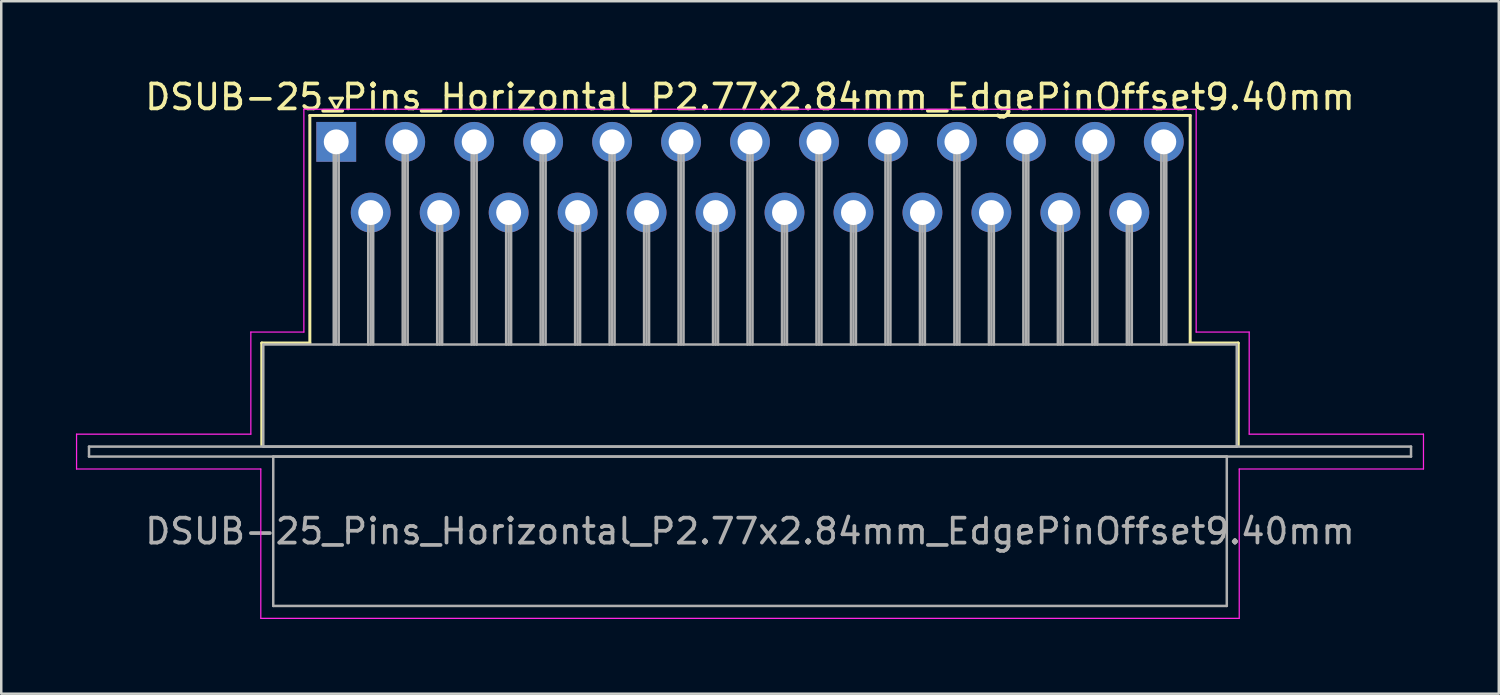
<source format=kicad_pcb>
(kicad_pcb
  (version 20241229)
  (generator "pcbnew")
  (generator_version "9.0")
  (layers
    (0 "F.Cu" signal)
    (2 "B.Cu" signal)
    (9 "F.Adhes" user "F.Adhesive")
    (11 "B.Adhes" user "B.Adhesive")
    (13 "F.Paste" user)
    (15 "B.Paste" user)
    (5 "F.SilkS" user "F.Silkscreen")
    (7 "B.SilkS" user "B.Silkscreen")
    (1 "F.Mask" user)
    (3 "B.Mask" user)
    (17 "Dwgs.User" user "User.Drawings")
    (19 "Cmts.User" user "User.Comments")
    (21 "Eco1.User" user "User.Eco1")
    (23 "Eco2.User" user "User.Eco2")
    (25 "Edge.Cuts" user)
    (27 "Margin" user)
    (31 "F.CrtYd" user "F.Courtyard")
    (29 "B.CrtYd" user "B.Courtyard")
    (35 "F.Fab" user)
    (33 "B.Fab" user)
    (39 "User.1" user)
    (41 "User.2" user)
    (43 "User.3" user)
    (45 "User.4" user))
  (footprint "DSUB-25_Pins_Horizontal_P2.77x2.84mm_EdgePinOffset9.40mm"
    (layer "F.Cu")
    (at 10.455 2.648)
    (property "Reference" "DSUB-25_Pins_Horizontal_P2.77x2.84mm_EdgePinOffset9.40mm" (at 16.62 -1.8 0) (layer "F.SilkS") (effects (font (size 1 1) (thickness 0.15))))
    (attr through_hole)
    (fp_line (start -2.99 8.08) (end -1.06 8.08) (stroke (width 0.12) (type solid)) (layer "F.SilkS"))
    (fp_line (start -2.99 12.18) (end -2.99 8.08) (stroke (width 0.12) (type solid)) (layer "F.SilkS"))
    (fp_line (start -1.06 -1.06) (end 34.3 -1.06) (stroke (width 0.12) (type solid)) (layer "F.SilkS"))
    (fp_line (start -1.06 8.08) (end -1.06 -1.06) (stroke (width 0.12) (type solid)) (layer "F.SilkS"))
    (fp_line (start -0.25 -1.754) (end 0.25 -1.754) (stroke (width 0.12) (type solid)) (layer "F.SilkS"))
    (fp_line (start 0 -1.321) (end -0.25 -1.754) (stroke (width 0.12) (type solid)) (layer "F.SilkS"))
    (fp_line (start 0.25 -1.754) (end 0 -1.321) (stroke (width 0.12) (type solid)) (layer "F.SilkS"))
    (fp_line (start 34.3 -1.06) (end 34.3 8.08) (stroke (width 0.12) (type solid)) (layer "F.SilkS"))
    (fp_line (start 34.3 8.08) (end 36.23 8.08) (stroke (width 0.12) (type solid)) (layer "F.SilkS"))
    (fp_line (start 36.23 8.08) (end 36.23 12.18) (stroke (width 0.12) (type solid)) (layer "F.SilkS"))
    (fp_line (start -10.43 11.74) (end -3.43 11.74) (stroke (width 0.05) (type solid)) (layer "F.CrtYd"))
    (fp_line (start -10.43 13.14) (end -10.43 11.74) (stroke (width 0.05) (type solid)) (layer "F.CrtYd"))
    (fp_line (start -3.43 7.64) (end -1.3 7.64) (stroke (width 0.05) (type solid)) (layer "F.CrtYd"))
    (fp_line (start -3.43 11.74) (end -3.43 7.64) (stroke (width 0.05) (type solid)) (layer "F.CrtYd"))
    (fp_line (start -3.03 13.14) (end -10.43 13.14) (stroke (width 0.05) (type solid)) (layer "F.CrtYd"))
    (fp_line (start -3.03 19.14) (end -3.03 13.14) (stroke (width 0.05) (type solid)) (layer "F.CrtYd"))
    (fp_line (start -1.3 -1.31) (end 34.54 -1.31) (stroke (width 0.05) (type solid)) (layer "F.CrtYd"))
    (fp_line (start -1.3 7.64) (end -1.3 -1.31) (stroke (width 0.05) (type solid)) (layer "F.CrtYd"))
    (fp_line (start 34.54 -1.31) (end 34.54 7.64) (stroke (width 0.05) (type solid)) (layer "F.CrtYd"))
    (fp_line (start 34.54 7.64) (end 36.67 7.64) (stroke (width 0.05) (type solid)) (layer "F.CrtYd"))
    (fp_line (start 36.27 13.14) (end 36.27 19.14) (stroke (width 0.05) (type solid)) (layer "F.CrtYd"))
    (fp_line (start 36.27 19.14) (end -3.03 19.14) (stroke (width 0.05) (type solid)) (layer "F.CrtYd"))
    (fp_line (start 36.67 7.64) (end 36.67 11.74) (stroke (width 0.05) (type solid)) (layer "F.CrtYd"))
    (fp_line (start 36.67 11.74) (end 43.67 11.74) (stroke (width 0.05) (type solid)) (layer "F.CrtYd"))
    (fp_line (start 43.67 11.74) (end 43.67 13.14) (stroke (width 0.05) (type solid)) (layer "F.CrtYd"))
    (fp_line (start 43.67 13.14) (end 36.27 13.14) (stroke (width 0.05) (type solid)) (layer "F.CrtYd"))
    (fp_line (start -9.93 12.24) (end -9.93 12.64) (stroke (width 0.1) (type solid)) (layer "F.Fab"))
    (fp_line (start -9.93 12.64) (end 43.17 12.64) (stroke (width 0.1) (type solid)) (layer "F.Fab"))
    (fp_line (start -2.93 8.14) (end -2.93 12.24) (stroke (width 0.1) (type solid)) (layer "F.Fab"))
    (fp_line (start -2.93 12.24) (end 36.17 12.24) (stroke (width 0.1) (type solid)) (layer "F.Fab"))
    (fp_line (start -2.53 12.64) (end -2.53 18.64) (stroke (width 0.1) (type solid)) (layer "F.Fab"))
    (fp_line (start -2.53 18.64) (end 35.77 18.64) (stroke (width 0.1) (type solid)) (layer "F.Fab"))
    (fp_line (start -0.1 0) (end -0.1 8.14) (stroke (width 0.1) (type solid)) (layer "F.Fab"))
    (fp_line (start 0 0) (end 0 8.14) (stroke (width 0.1) (type solid)) (layer "F.Fab"))
    (fp_line (start 0.1 0) (end 0.1 8.14) (stroke (width 0.1) (type solid)) (layer "F.Fab"))
    (fp_line (start 1.285 2.84) (end 1.285 8.14) (stroke (width 0.1) (type solid)) (layer "F.Fab"))
    (fp_line (start 1.385 2.84) (end 1.385 8.14) (stroke (width 0.1) (type solid)) (layer "F.Fab"))
    (fp_line (start 1.485 2.84) (end 1.485 8.14) (stroke (width 0.1) (type solid)) (layer "F.Fab"))
    (fp_line (start 2.67 0) (end 2.67 8.14) (stroke (width 0.1) (type solid)) (layer "F.Fab"))
    (fp_line (start 2.77 0) (end 2.77 8.14) (stroke (width 0.1) (type solid)) (layer "F.Fab"))
    (fp_line (start 2.87 0) (end 2.87 8.14) (stroke (width 0.1) (type solid)) (layer "F.Fab"))
    (fp_line (start 4.055 2.84) (end 4.055 8.14) (stroke (width 0.1) (type solid)) (layer "F.Fab"))
    (fp_line (start 4.155 2.84) (end 4.155 8.14) (stroke (width 0.1) (type solid)) (layer "F.Fab"))
    (fp_line (start 4.255 2.84) (end 4.255 8.14) (stroke (width 0.1) (type solid)) (layer "F.Fab"))
    (fp_line (start 5.44 0) (end 5.44 8.14) (stroke (width 0.1) (type solid)) (layer "F.Fab"))
    (fp_line (start 5.54 0) (end 5.54 8.14) (stroke (width 0.1) (type solid)) (layer "F.Fab"))
    (fp_line (start 5.64 0) (end 5.64 8.14) (stroke (width 0.1) (type solid)) (layer "F.Fab"))
    (fp_line (start 6.825 2.84) (end 6.825 8.14) (stroke (width 0.1) (type solid)) (layer "F.Fab"))
    (fp_line (start 6.925 2.84) (end 6.925 8.14) (stroke (width 0.1) (type solid)) (layer "F.Fab"))
    (fp_line (start 7.025 2.84) (end 7.025 8.14) (stroke (width 0.1) (type solid)) (layer "F.Fab"))
    (fp_line (start 8.21 0) (end 8.21 8.14) (stroke (width 0.1) (type solid)) (layer "F.Fab"))
    (fp_line (start 8.31 0) (end 8.31 8.14) (stroke (width 0.1) (type solid)) (layer "F.Fab"))
    (fp_line (start 8.41 0) (end 8.41 8.14) (stroke (width 0.1) (type solid)) (layer "F.Fab"))
    (fp_line (start 9.595 2.84) (end 9.595 8.14) (stroke (width 0.1) (type solid)) (layer "F.Fab"))
    (fp_line (start 9.695 2.84) (end 9.695 8.14) (stroke (width 0.1) (type solid)) (layer "F.Fab"))
    (fp_line (start 9.795 2.84) (end 9.795 8.14) (stroke (width 0.1) (type solid)) (layer "F.Fab"))
    (fp_line (start 10.98 0) (end 10.98 8.14) (stroke (width 0.1) (type solid)) (layer "F.Fab"))
    (fp_line (start 11.08 0) (end 11.08 8.14) (stroke (width 0.1) (type solid)) (layer "F.Fab"))
    (fp_line (start 11.18 0) (end 11.18 8.14) (stroke (width 0.1) (type solid)) (layer "F.Fab"))
    (fp_line (start 12.365 2.84) (end 12.365 8.14) (stroke (width 0.1) (type solid)) (layer "F.Fab"))
    (fp_line (start 12.465 2.84) (end 12.465 8.14) (stroke (width 0.1) (type solid)) (layer "F.Fab"))
    (fp_line (start 12.565 2.84) (end 12.565 8.14) (stroke (width 0.1) (type solid)) (layer "F.Fab"))
    (fp_line (start 13.75 0) (end 13.75 8.14) (stroke (width 0.1) (type solid)) (layer "F.Fab"))
    (fp_line (start 13.85 0) (end 13.85 8.14) (stroke (width 0.1) (type solid)) (layer "F.Fab"))
    (fp_line (start 13.95 0) (end 13.95 8.14) (stroke (width 0.1) (type solid)) (layer "F.Fab"))
    (fp_line (start 15.135 2.84) (end 15.135 8.14) (stroke (width 0.1) (type solid)) (layer "F.Fab"))
    (fp_line (start 15.235 2.84) (end 15.235 8.14) (stroke (width 0.1) (type solid)) (layer "F.Fab"))
    (fp_line (start 15.335 2.84) (end 15.335 8.14) (stroke (width 0.1) (type solid)) (layer "F.Fab"))
    (fp_line (start 16.52 0) (end 16.52 8.14) (stroke (width 0.1) (type solid)) (layer "F.Fab"))
    (fp_line (start 16.62 0) (end 16.62 8.14) (stroke (width 0.1) (type solid)) (layer "F.Fab"))
    (fp_line (start 16.72 0) (end 16.72 8.14) (stroke (width 0.1) (type solid)) (layer "F.Fab"))
    (fp_line (start 17.905 2.84) (end 17.905 8.14) (stroke (width 0.1) (type solid)) (layer "F.Fab"))
    (fp_line (start 18.005 2.84) (end 18.005 8.14) (stroke (width 0.1) (type solid)) (layer "F.Fab"))
    (fp_line (start 18.105 2.84) (end 18.105 8.14) (stroke (width 0.1) (type solid)) (layer "F.Fab"))
    (fp_line (start 19.29 0) (end 19.29 8.14) (stroke (width 0.1) (type solid)) (layer "F.Fab"))
    (fp_line (start 19.39 0) (end 19.39 8.14) (stroke (width 0.1) (type solid)) (layer "F.Fab"))
    (fp_line (start 19.49 0) (end 19.49 8.14) (stroke (width 0.1) (type solid)) (layer "F.Fab"))
    (fp_line (start 20.675 2.84) (end 20.675 8.14) (stroke (width 0.1) (type solid)) (layer "F.Fab"))
    (fp_line (start 20.775 2.84) (end 20.775 8.14) (stroke (width 0.1) (type solid)) (layer "F.Fab"))
    (fp_line (start 20.875 2.84) (end 20.875 8.14) (stroke (width 0.1) (type solid)) (layer "F.Fab"))
    (fp_line (start 22.06 0) (end 22.06 8.14) (stroke (width 0.1) (type solid)) (layer "F.Fab"))
    (fp_line (start 22.16 0) (end 22.16 8.14) (stroke (width 0.1) (type solid)) (layer "F.Fab"))
    (fp_line (start 22.26 0) (end 22.26 8.14) (stroke (width 0.1) (type solid)) (layer "F.Fab"))
    (fp_line (start 23.445 2.84) (end 23.445 8.14) (stroke (width 0.1) (type solid)) (layer "F.Fab"))
    (fp_line (start 23.545 2.84) (end 23.545 8.14) (stroke (width 0.1) (type solid)) (layer "F.Fab"))
    (fp_line (start 23.645 2.84) (end 23.645 8.14) (stroke (width 0.1) (type solid)) (layer "F.Fab"))
    (fp_line (start 24.83 0) (end 24.83 8.14) (stroke (width 0.1) (type solid)) (layer "F.Fab"))
    (fp_line (start 24.93 0) (end 24.93 8.14) (stroke (width 0.1) (type solid)) (layer "F.Fab"))
    (fp_line (start 25.03 0) (end 25.03 8.14) (stroke (width 0.1) (type solid)) (layer "F.Fab"))
    (fp_line (start 26.215 2.84) (end 26.215 8.14) (stroke (width 0.1) (type solid)) (layer "F.Fab"))
    (fp_line (start 26.315 2.84) (end 26.315 8.14) (stroke (width 0.1) (type solid)) (layer "F.Fab"))
    (fp_line (start 26.415 2.84) (end 26.415 8.14) (stroke (width 0.1) (type solid)) (layer "F.Fab"))
    (fp_line (start 27.6 0) (end 27.6 8.14) (stroke (width 0.1) (type solid)) (layer "F.Fab"))
    (fp_line (start 27.7 0) (end 27.7 8.14) (stroke (width 0.1) (type solid)) (layer "F.Fab"))
    (fp_line (start 27.8 0) (end 27.8 8.14) (stroke (width 0.1) (type solid)) (layer "F.Fab"))
    (fp_line (start 28.985 2.84) (end 28.985 8.14) (stroke (width 0.1) (type solid)) (layer "F.Fab"))
    (fp_line (start 29.085 2.84) (end 29.085 8.14) (stroke (width 0.1) (type solid)) (layer "F.Fab"))
    (fp_line (start 29.185 2.84) (end 29.185 8.14) (stroke (width 0.1) (type solid)) (layer "F.Fab"))
    (fp_line (start 30.37 0) (end 30.37 8.14) (stroke (width 0.1) (type solid)) (layer "F.Fab"))
    (fp_line (start 30.47 0) (end 30.47 8.14) (stroke (width 0.1) (type solid)) (layer "F.Fab"))
    (fp_line (start 30.57 0) (end 30.57 8.14) (stroke (width 0.1) (type solid)) (layer "F.Fab"))
    (fp_line (start 31.755 2.84) (end 31.755 8.14) (stroke (width 0.1) (type solid)) (layer "F.Fab"))
    (fp_line (start 31.855 2.84) (end 31.855 8.14) (stroke (width 0.1) (type solid)) (layer "F.Fab"))
    (fp_line (start 31.955 2.84) (end 31.955 8.14) (stroke (width 0.1) (type solid)) (layer "F.Fab"))
    (fp_line (start 33.14 0) (end 33.14 8.14) (stroke (width 0.1) (type solid)) (layer "F.Fab"))
    (fp_line (start 33.24 0) (end 33.24 8.14) (stroke (width 0.1) (type solid)) (layer "F.Fab"))
    (fp_line (start 33.34 0) (end 33.34 8.14) (stroke (width 0.1) (type solid)) (layer "F.Fab"))
    (fp_line (start 35.77 12.64) (end -2.53 12.64) (stroke (width 0.1) (type solid)) (layer "F.Fab"))
    (fp_line (start 35.77 18.64) (end 35.77 12.64) (stroke (width 0.1) (type solid)) (layer "F.Fab"))
    (fp_line (start 36.17 8.14) (end -2.93 8.14) (stroke (width 0.1) (type solid)) (layer "F.Fab"))
    (fp_line (start 36.17 12.24) (end 36.17 8.14) (stroke (width 0.1) (type solid)) (layer "F.Fab"))
    (fp_line (start 43.17 12.24) (end -9.93 12.24) (stroke (width 0.1) (type solid)) (layer "F.Fab"))
    (fp_line (start 43.17 12.64) (end 43.17 12.24) (stroke (width 0.1) (type solid)) (layer "F.Fab"))
    (fp_text user "${REFERENCE}" (at 16.62 15.64 0) (layer "F.Fab") (effects (font (size 1 1) (thickness 0.15))))
    (pad "1" thru_hole rect (at 0 0) (size 1.6 1.6) (drill 1) (layers "*.Cu" "*.Mask"))
    (pad "2" thru_hole circle (at 2.77 0) (size 1.6 1.6) (drill 1) (layers "*.Cu" "*.Mask"))
    (pad "3" thru_hole circle (at 5.54 0) (size 1.6 1.6) (drill 1) (layers "*.Cu" "*.Mask"))
    (pad "4" thru_hole circle (at 8.31 0) (size 1.6 1.6) (drill 1) (layers "*.Cu" "*.Mask"))
    (pad "5" thru_hole circle (at 11.08 0) (size 1.6 1.6) (drill 1) (layers "*.Cu" "*.Mask"))
    (pad "6" thru_hole circle (at 13.85 0) (size 1.6 1.6) (drill 1) (layers "*.Cu" "*.Mask"))
    (pad "7" thru_hole circle (at 16.62 0) (size 1.6 1.6) (drill 1) (layers "*.Cu" "*.Mask"))
    (pad "8" thru_hole circle (at 19.39 0) (size 1.6 1.6) (drill 1) (layers "*.Cu" "*.Mask"))
    (pad "9" thru_hole circle (at 22.16 0) (size 1.6 1.6) (drill 1) (layers "*.Cu" "*.Mask"))
    (pad "10" thru_hole circle (at 24.93 0) (size 1.6 1.6) (drill 1) (layers "*.Cu" "*.Mask"))
    (pad "11" thru_hole circle (at 27.7 0) (size 1.6 1.6) (drill 1) (layers "*.Cu" "*.Mask"))
    (pad "12" thru_hole circle (at 30.47 0) (size 1.6 1.6) (drill 1) (layers "*.Cu" "*.Mask"))
    (pad "13" thru_hole circle (at 33.24 0) (size 1.6 1.6) (drill 1) (layers "*.Cu" "*.Mask"))
    (pad "14" thru_hole circle (at 1.385 2.84) (size 1.6 1.6) (drill 1) (layers "*.Cu" "*.Mask"))
    (pad "15" thru_hole circle (at 4.155 2.84) (size 1.6 1.6) (drill 1) (layers "*.Cu" "*.Mask"))
    (pad "16" thru_hole circle (at 6.925 2.84) (size 1.6 1.6) (drill 1) (layers "*.Cu" "*.Mask"))
    (pad "17" thru_hole circle (at 9.695 2.84) (size 1.6 1.6) (drill 1) (layers "*.Cu" "*.Mask"))
    (pad "18" thru_hole circle (at 12.465 2.84) (size 1.6 1.6) (drill 1) (layers "*.Cu" "*.Mask"))
    (pad "19" thru_hole circle (at 15.235 2.84) (size 1.6 1.6) (drill 1) (layers "*.Cu" "*.Mask"))
    (pad "20" thru_hole circle (at 18.005 2.84) (size 1.6 1.6) (drill 1) (layers "*.Cu" "*.Mask"))
    (pad "21" thru_hole circle (at 20.775 2.84) (size 1.6 1.6) (drill 1) (layers "*.Cu" "*.Mask"))
    (pad "22" thru_hole circle (at 23.545 2.84) (size 1.6 1.6) (drill 1) (layers "*.Cu" "*.Mask"))
    (pad "23" thru_hole circle (at 26.315 2.84) (size 1.6 1.6) (drill 1) (layers "*.Cu" "*.Mask"))
    (pad "24" thru_hole circle (at 29.085 2.84) (size 1.6 1.6) (drill 1) (layers "*.Cu" "*.Mask"))
    (pad "25" thru_hole circle (at 31.855 2.84) (size 1.6 1.6) (drill 1) (layers "*.Cu" "*.Mask")))
  (gr_rect
    (start -3 -3)
    (end 57.15 24.813)
    (stroke (width 0.1) (type default))
    (fill no)
    (layer "Edge.Cuts")))
</source>
